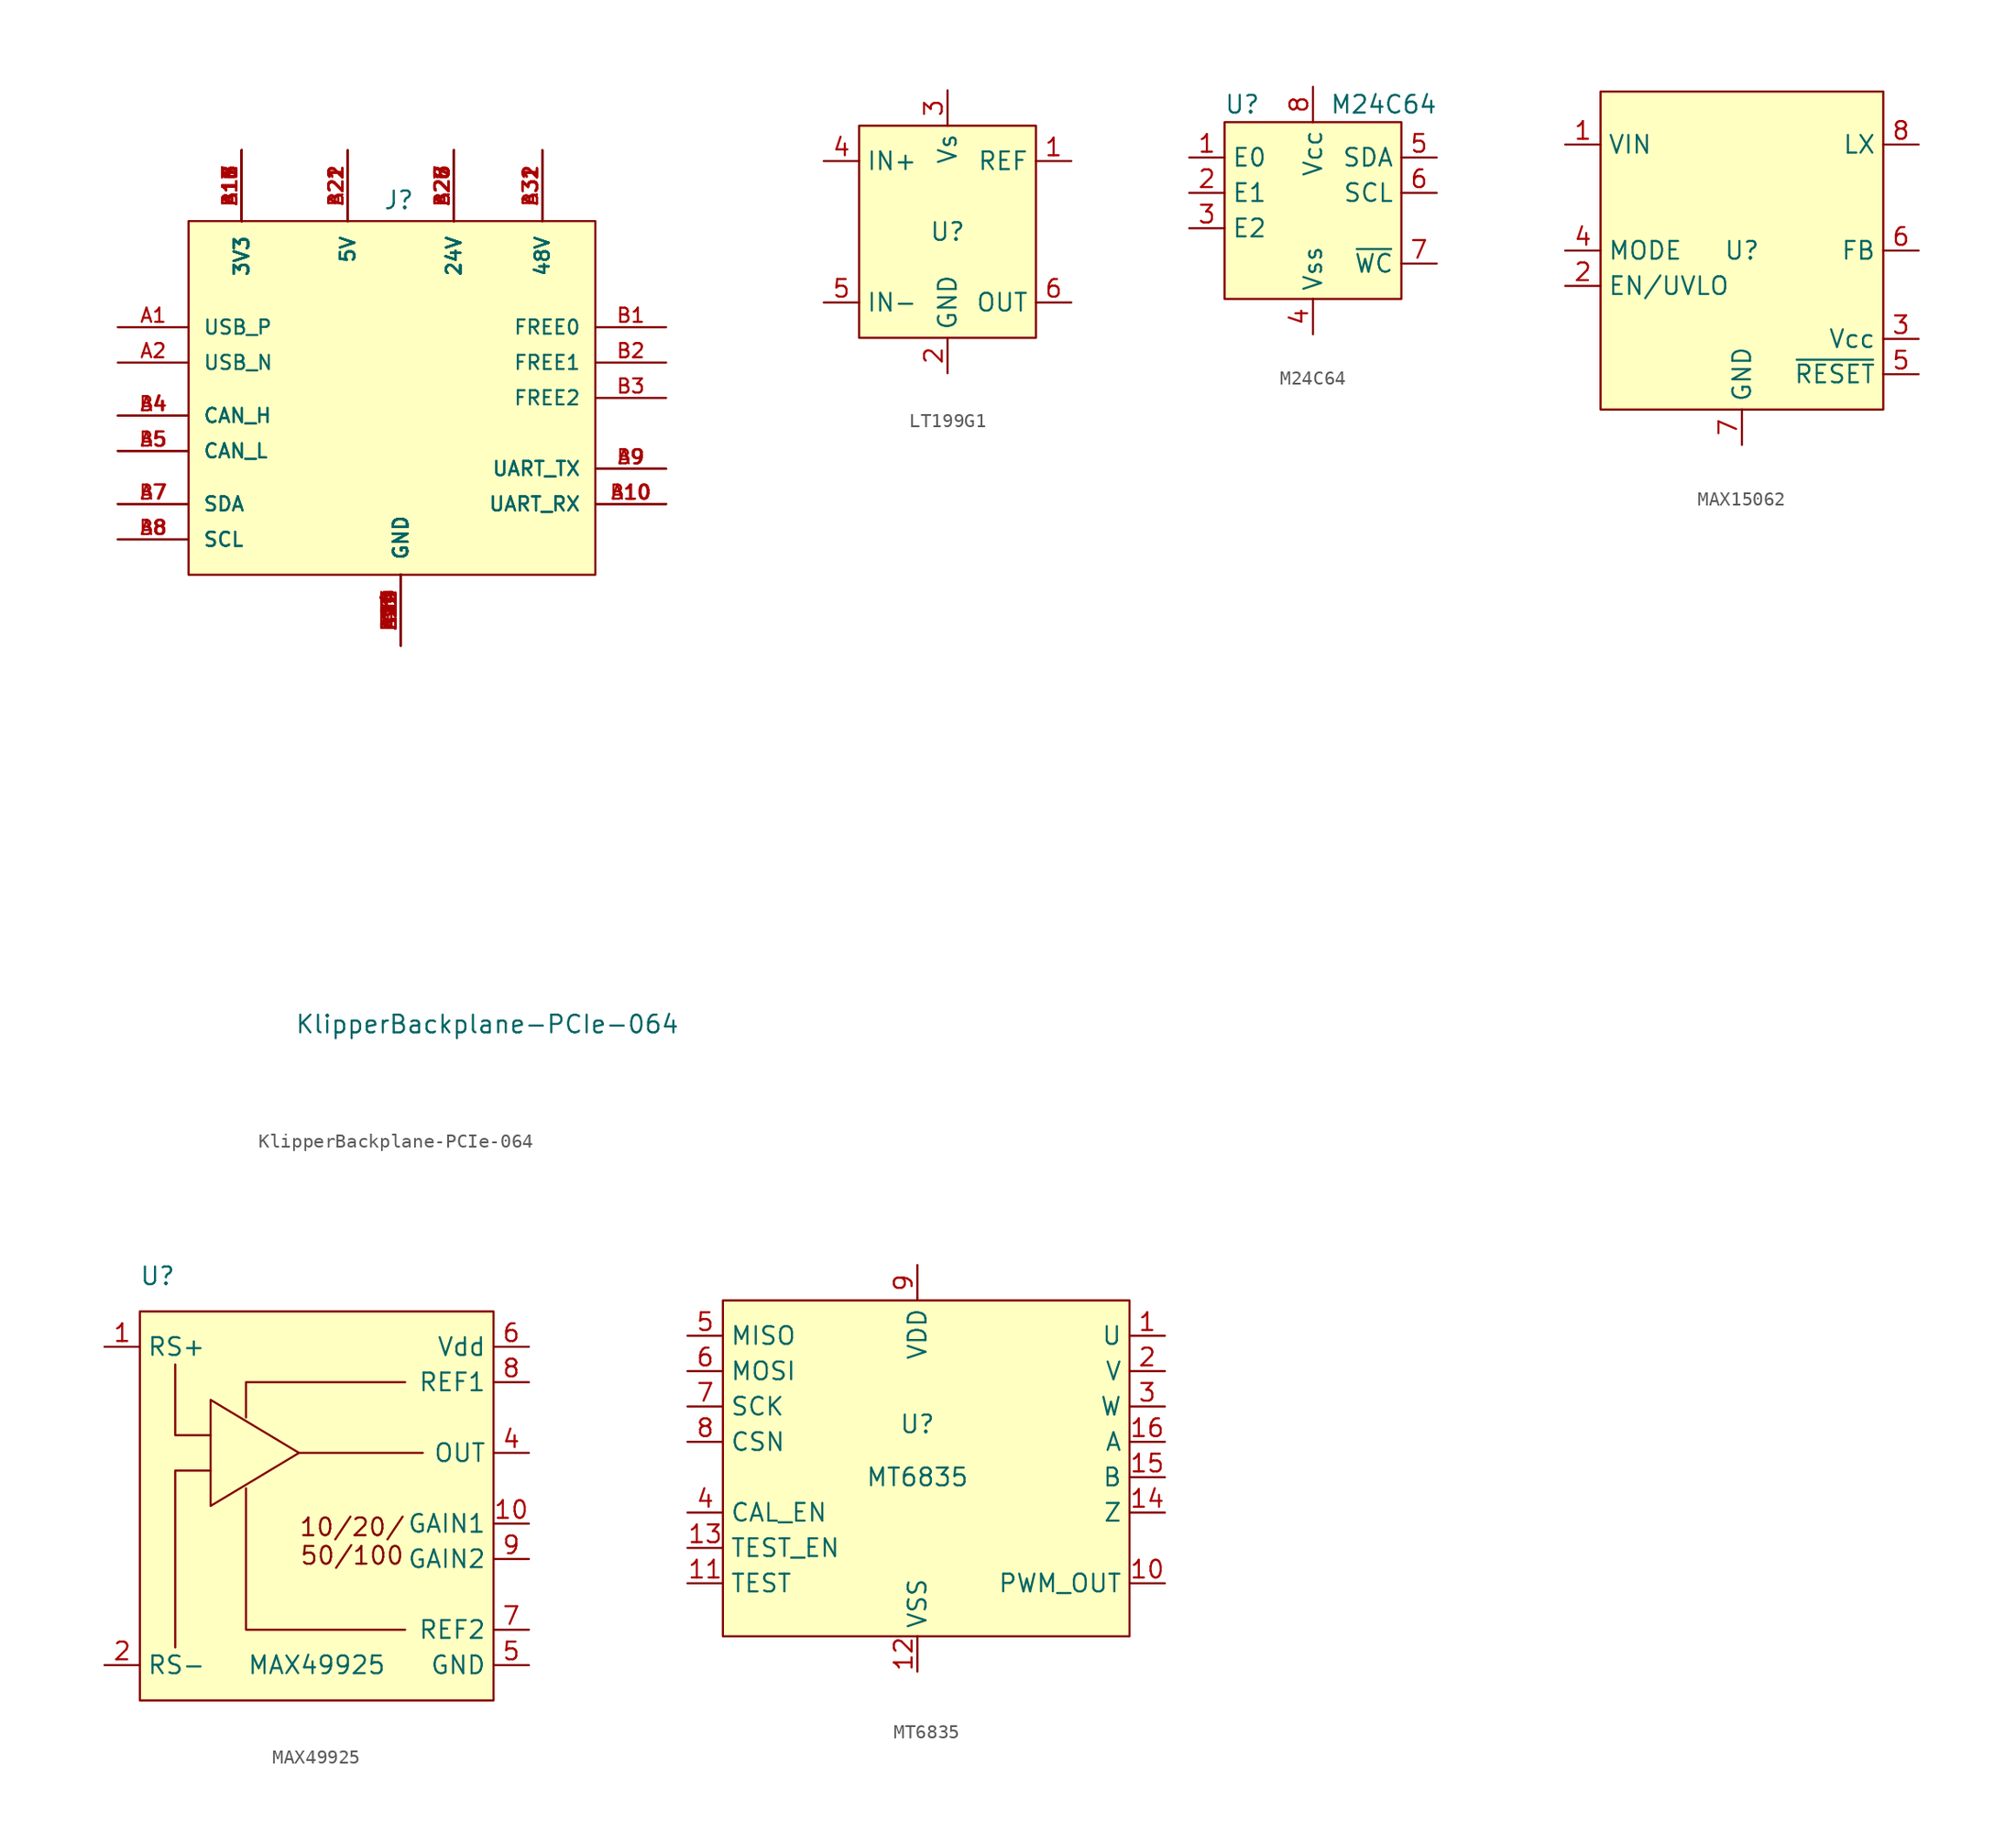
<source format=kicad_sym>
(kicad_symbol_lib
  (version 20231120)
  (generator "kicad_symbol_editor")
  (generator_version "8.0")
  (symbol "KlipperBackplane-PCIe-064"
    (pin_names
      (offset 1.016))
    (property "Reference" "J"
      (at -1.27 13.462 0)
      (effects (font (size 1.27 1.27)) (justify left bottom)))
    (property "Value" "KlipperBackplane-PCIe-064"
      (at -7.62 -45.72 0)
      (effects (font (size 1.27 1.27)) (justify left bottom)))
    (symbol "KlipperBackplane-PCIe-064_0_0"
      (rectangle (start -15.24 12.7) (end 13.97 -12.7) (stroke (width 0) (type default)) (fill (type background)))
      (pin passive line (at -20.32 5.08 0) (length 5.08) (name "USB_P" (effects (font (size 1.016 1.016)))) (number "A1" (effects (font (size 1.016 1.016)))))
      (pin passive line (at 19.05 -7.62 180) (length 5.08) (name "UART_RX" (effects (font (size 1.016 1.016)))) (number "A10" (effects (font (size 1.016 1.016)))))
      (pin passive line (at -11.43 17.78 270) (length 5.08) (name "3V3" (effects (font (size 1.016 1.016)))) (number "A11" (effects (font (size 1.016 1.016)))))
      (pin passive line (at 0 -17.78 90) (length 5.08) (name "GND" (effects (font (size 1.016 1.016)))) (number "A12" (effects (font (size 1.016 1.016)))))
      (pin passive line (at 0 -17.78 90) (length 5.08) (name "GND" (effects (font (size 1.016 1.016)))) (number "A13" (effects (font (size 1.016 1.016)))))
      (pin passive line (at 0 -17.78 90) (length 5.08) (name "GND" (effects (font (size 1.016 1.016)))) (number "A14" (effects (font (size 1.016 1.016)))))
      (pin passive line (at -11.43 17.78 270) (length 5.08) (name "3V3" (effects (font (size 1.016 1.016)))) (number "A15" (effects (font (size 1.016 1.016)))))
      (pin passive line (at -11.43 17.78 270) (length 5.08) (name "3V3" (effects (font (size 1.016 1.016)))) (number "A16" (effects (font (size 1.016 1.016)))))
      (pin passive line (at -11.43 17.78 270) (length 5.08) (name "3V3" (effects (font (size 1.016 1.016)))) (number "A17" (effects (font (size 1.016 1.016)))))
      (pin passive line (at -11.43 17.78 270) (length 5.08) (name "3V3" (effects (font (size 1.016 1.016)))) (number "A18" (effects (font (size 1.016 1.016)))))
      (pin passive line (at 0 -17.78 90) (length 5.08) (name "GND" (effects (font (size 1.016 1.016)))) (number "A19" (effects (font (size 1.016 1.016)))))
      (pin passive line (at -20.32 2.54 0) (length 5.08) (name "USB_N" (effects (font (size 1.016 1.016)))) (number "A2" (effects (font (size 1.016 1.016)))))
      (pin passive line (at 0 -17.78 90) (length 5.08) (name "GND" (effects (font (size 1.016 1.016)))) (number "A20" (effects (font (size 1.016 1.016)))))
      (pin passive line (at -3.81 17.78 270) (length 5.08) (name "5V" (effects (font (size 1.016 1.016)))) (number "A21" (effects (font (size 1.016 1.016)))))
      (pin passive line (at -3.81 17.78 270) (length 5.08) (name "5V" (effects (font (size 1.016 1.016)))) (number "A22" (effects (font (size 1.016 1.016)))))
      (pin passive line (at 0 -17.78 90) (length 5.08) (name "GND" (effects (font (size 1.016 1.016)))) (number "A23" (effects (font (size 1.016 1.016)))))
      (pin passive line (at 0 -17.78 90) (length 5.08) (name "GND" (effects (font (size 1.016 1.016)))) (number "A24" (effects (font (size 1.016 1.016)))))
      (pin passive line (at 3.81 17.78 270) (length 5.08) (name "24V" (effects (font (size 1.016 1.016)))) (number "A25" (effects (font (size 1.016 1.016)))))
      (pin passive line (at 3.81 17.78 270) (length 5.08) (name "24V" (effects (font (size 1.016 1.016)))) (number "A26" (effects (font (size 1.016 1.016)))))
      (pin passive line (at 3.81 17.78 270) (length 5.08) (name "24V" (effects (font (size 1.016 1.016)))) (number "A27" (effects (font (size 1.016 1.016)))))
      (pin passive line (at 3.81 17.78 270) (length 5.08) (name "24V" (effects (font (size 1.016 1.016)))) (number "A28" (effects (font (size 1.016 1.016)))))
      (pin passive line (at 0 -17.78 90) (length 5.08) (name "GND" (effects (font (size 1.016 1.016)))) (number "A29" (effects (font (size 1.016 1.016)))))
      (pin passive line (at 0 -17.78 90) (length 5.08) (name "GND" (effects (font (size 1.016 1.016)))) (number "A3" (effects (font (size 1.016 1.016)))))
      (pin passive line (at 0 -17.78 90) (length 5.08) (name "GND" (effects (font (size 1.016 1.016)))) (number "A30" (effects (font (size 1.016 1.016)))))
      (pin passive line (at 10.16 17.78 270) (length 5.08) (name "48V" (effects (font (size 1.016 1.016)))) (number "A31" (effects (font (size 1.016 1.016)))))
      (pin passive line (at 10.16 17.78 270) (length 5.08) (name "48V" (effects (font (size 1.016 1.016)))) (number "A32" (effects (font (size 1.016 1.016)))))
      (pin passive line (at -20.32 -1.27 0) (length 5.08) (name "CAN_H" (effects (font (size 1.016 1.016)))) (number "A4" (effects (font (size 1.016 1.016)))))
      (pin passive line (at -20.32 -3.81 0) (length 5.08) (name "CAN_L" (effects (font (size 1.016 1.016)))) (number "A5" (effects (font (size 1.016 1.016)))))
      (pin passive line (at 0 -17.78 90) (length 5.08) (name "GND" (effects (font (size 1.016 1.016)))) (number "A6" (effects (font (size 1.016 1.016)))))
      (pin passive line (at -20.32 -7.62 0) (length 5.08) (name "SDA" (effects (font (size 1.016 1.016)))) (number "A7" (effects (font (size 1.016 1.016)))))
      (pin passive line (at -20.32 -10.16 0) (length 5.08) (name "SCL" (effects (font (size 1.016 1.016)))) (number "A8" (effects (font (size 1.016 1.016)))))
      (pin passive line (at 19.05 -5.08 180) (length 5.08) (name "UART_TX" (effects (font (size 1.016 1.016)))) (number "A9" (effects (font (size 1.016 1.016)))))
      (pin passive line (at 19.05 5.08 180) (length 5.08) (name "FREE0" (effects (font (size 1.016 1.016)))) (number "B1" (effects (font (size 1.016 1.016)))))
      (pin passive line (at 19.05 -7.62 180) (length 5.08) (name "UART_RX" (effects (font (size 1.016 1.016)))) (number "B10" (effects (font (size 1.016 1.016)))))
      (pin passive line (at -11.43 17.78 270) (length 5.08) (name "3V3" (effects (font (size 1.016 1.016)))) (number "B11" (effects (font (size 1.016 1.016)))))
      (pin passive line (at 0 -17.78 90) (length 5.08) (name "GND" (effects (font (size 1.016 1.016)))) (number "B12" (effects (font (size 1.016 1.016)))))
      (pin passive line (at 0 -17.78 90) (length 5.08) (name "GND" (effects (font (size 1.016 1.016)))) (number "B13" (effects (font (size 1.016 1.016)))))
      (pin passive line (at 0 -17.78 90) (length 5.08) (name "GND" (effects (font (size 1.016 1.016)))) (number "B14" (effects (font (size 1.016 1.016)))))
      (pin passive line (at -11.43 17.78 270) (length 5.08) (name "3V3" (effects (font (size 1.016 1.016)))) (number "B15" (effects (font (size 1.016 1.016)))))
      (pin passive line (at -11.43 17.78 270) (length 5.08) (name "3V3" (effects (font (size 1.016 1.016)))) (number "B16" (effects (font (size 1.016 1.016)))))
      (pin passive line (at -11.43 17.78 270) (length 5.08) (name "3V3" (effects (font (size 1.016 1.016)))) (number "B17" (effects (font (size 1.016 1.016)))))
      (pin passive line (at -11.43 17.78 270) (length 5.08) (name "3V3" (effects (font (size 1.016 1.016)))) (number "B18" (effects (font (size 1.016 1.016)))))
      (pin passive line (at 0 -17.78 90) (length 5.08) (name "GND" (effects (font (size 1.016 1.016)))) (number "B19" (effects (font (size 1.016 1.016)))))
      (pin passive line (at 19.05 2.54 180) (length 5.08) (name "FREE1" (effects (font (size 1.016 1.016)))) (number "B2" (effects (font (size 1.016 1.016)))))
      (pin passive line (at 0 -17.78 90) (length 5.08) (name "GND" (effects (font (size 1.016 1.016)))) (number "B20" (effects (font (size 1.016 1.016)))))
      (pin passive line (at -3.81 17.78 270) (length 5.08) (name "5V" (effects (font (size 1.016 1.016)))) (number "B21" (effects (font (size 1.016 1.016)))))
      (pin passive line (at -3.81 17.78 270) (length 5.08) (name "5V" (effects (font (size 1.016 1.016)))) (number "B22" (effects (font (size 1.016 1.016)))))
      (pin passive line (at 0 -17.78 90) (length 5.08) (name "GND" (effects (font (size 1.016 1.016)))) (number "B23" (effects (font (size 1.016 1.016)))))
      (pin passive line (at 0 -17.78 90) (length 5.08) (name "GND" (effects (font (size 1.016 1.016)))) (number "B24" (effects (font (size 1.016 1.016)))))
      (pin passive line (at 3.81 17.78 270) (length 5.08) (name "24V" (effects (font (size 1.016 1.016)))) (number "B25" (effects (font (size 1.016 1.016)))))
      (pin passive line (at 3.81 17.78 270) (length 5.08) (name "24V" (effects (font (size 1.016 1.016)))) (number "B26" (effects (font (size 1.016 1.016)))))
      (pin passive line (at 3.81 17.78 270) (length 5.08) (name "24V" (effects (font (size 1.016 1.016)))) (number "B27" (effects (font (size 1.016 1.016)))))
      (pin passive line (at 3.81 17.78 270) (length 5.08) (name "24V" (effects (font (size 1.016 1.016)))) (number "B28" (effects (font (size 1.016 1.016)))))
      (pin passive line (at 0 -17.78 90) (length 5.08) (name "GND" (effects (font (size 1.016 1.016)))) (number "B29" (effects (font (size 1.016 1.016)))))
      (pin passive line (at 19.05 0 180) (length 5.08) (name "FREE2" (effects (font (size 1.016 1.016)))) (number "B3" (effects (font (size 1.016 1.016)))))
      (pin passive line (at 0 -17.78 90) (length 5.08) (name "GND" (effects (font (size 1.016 1.016)))) (number "B30" (effects (font (size 1.016 1.016)))))
      (pin passive line (at 10.16 17.78 270) (length 5.08) (name "48V" (effects (font (size 1.016 1.016)))) (number "B31" (effects (font (size 1.016 1.016)))))
      (pin passive line (at 10.16 17.78 270) (length 5.08) (name "48V" (effects (font (size 1.016 1.016)))) (number "B32" (effects (font (size 1.016 1.016)))))
      (pin passive line (at -20.32 -1.27 0) (length 5.08) (name "CAN_H" (effects (font (size 1.016 1.016)))) (number "B4" (effects (font (size 1.016 1.016)))))
      (pin passive line (at -20.32 -3.81 0) (length 5.08) (name "CAN_L" (effects (font (size 1.016 1.016)))) (number "B5" (effects (font (size 1.016 1.016)))))
      (pin passive line (at 0 -17.78 90) (length 5.08) (name "GND" (effects (font (size 1.016 1.016)))) (number "B6" (effects (font (size 1.016 1.016)))))
      (pin passive line (at -20.32 -7.62 0) (length 5.08) (name "SDA" (effects (font (size 1.016 1.016)))) (number "B7" (effects (font (size 1.016 1.016)))))
      (pin passive line (at -20.32 -10.16 0) (length 5.08) (name "SCL" (effects (font (size 1.016 1.016)))) (number "B8" (effects (font (size 1.016 1.016)))))
      (pin passive line (at 19.05 -5.08 180) (length 5.08) (name "UART_TX" (effects (font (size 1.016 1.016)))) (number "B9" (effects (font (size 1.016 1.016)))))))
  (symbol "LT199G1"
    (property "Reference" "U"
      (at 0 0 0)
      (effects (font (size 1.27 1.27))))
    (property "Value" ""
      (at 0 0 0)
      (effects (font (size 1.27 1.27))))
    (symbol "LT199G1_0_0"
      (pin unspecified line (at 8.89 5.08 180) (length 2.54) (name "REF" (effects (font (size 1.27 1.27)))) (number "1" (effects (font (size 1.27 1.27)))))
      (pin unspecified line (at 0 -10.16 90) (length 2.54) (name "GND" (effects (font (size 1.27 1.27)))) (number "2" (effects (font (size 1.27 1.27)))))
      (pin unspecified line (at 0 10.16 270) (length 2.54) (name "Vs" (effects (font (size 1.27 1.27)))) (number "3" (effects (font (size 1.27 1.27)))))
      (pin unspecified line (at -8.89 5.08 0) (length 2.54) (name "IN+" (effects (font (size 1.27 1.27)))) (number "4" (effects (font (size 1.27 1.27)))))
      (pin unspecified line (at -8.89 -5.08 0) (length 2.54) (name "IN-" (effects (font (size 1.27 1.27)))) (number "5" (effects (font (size 1.27 1.27)))))
      (pin unspecified line (at 8.89 -5.08 180) (length 2.54) (name "OUT" (effects (font (size 1.27 1.27)))) (number "6" (effects (font (size 1.27 1.27))))))
    (symbol "LT199G1_0_1"
      (rectangle (start -6.35 7.62) (end 6.35 -7.62) (stroke (width 0) (type default)) (fill (type background)))))
  (symbol "M24C64"
    (property "Reference" "U"
      (at -5.08 7.62 0)
      (effects (font (size 1.27 1.27))))
    (property "Value" "M24C64"
      (at 5.08 7.62 0)
      (effects (font (size 1.27 1.27))))
    (symbol "M24C64_0_0"
      (pin unspecified line (at -8.89 3.81 0) (length 2.54) (name "E0" (effects (font (size 1.27 1.27)))) (number "1" (effects (font (size 1.27 1.27)))))
      (pin unspecified line (at -8.89 1.27 0) (length 2.54) (name "E1" (effects (font (size 1.27 1.27)))) (number "2" (effects (font (size 1.27 1.27)))))
      (pin unspecified line (at -8.89 -1.27 0) (length 2.54) (name "E2" (effects (font (size 1.27 1.27)))) (number "3" (effects (font (size 1.27 1.27)))))
      (pin unspecified line (at 0 -8.89 90) (length 2.54) (name "Vss" (effects (font (size 1.27 1.27)))) (number "4" (effects (font (size 1.27 1.27)))))
      (pin unspecified line (at 8.89 3.81 180) (length 2.54) (name "SDA" (effects (font (size 1.27 1.27)))) (number "5" (effects (font (size 1.27 1.27)))))
      (pin unspecified line (at 8.89 1.27 180) (length 2.54) (name "SCL" (effects (font (size 1.27 1.27)))) (number "6" (effects (font (size 1.27 1.27)))))
      (pin unspecified line (at 8.89 -3.81 180) (length 2.54) (name "~{WC}" (effects (font (size 1.27 1.27)))) (number "7" (effects (font (size 1.27 1.27)))))
      (pin unspecified line (at 0 8.89 270) (length 2.54) (name "Vcc" (effects (font (size 1.27 1.27)))) (number "8" (effects (font (size 1.27 1.27))))))
    (symbol "M24C64_0_1"
      (rectangle (start -6.35 6.35) (end 6.35 -6.35) (stroke (width 0.152) (type default)) (fill (type background)))))
  (symbol "MAX15062"
    (property "Reference" "U"
      (at 0 0 0)
      (effects (font (size 1.27 1.27))))
    (property "Value" ""
      (at 0 0 0)
      (effects (font (size 1.27 1.27))))
    (symbol "MAX15062_0_0"
      (pin power_in line (at -12.7 7.62 0) (length 2.54) (name "VIN" (effects (font (size 1.27 1.27)))) (number "1" (effects (font (size 1.27 1.27)))))
      (pin input line (at -12.7 -2.54 0) (length 2.54) (name "EN/UVLO" (effects (font (size 1.27 1.27)))) (number "2" (effects (font (size 1.27 1.27)))))
      (pin input line (at 12.7 -6.35 180) (length 2.54) (name "Vcc" (effects (font (size 1.27 1.27)))) (number "3" (effects (font (size 1.27 1.27)))))
      (pin input line (at -12.7 0 0) (length 2.54) (name "MODE" (effects (font (size 1.27 1.27)))) (number "4" (effects (font (size 1.27 1.27)))))
      (pin input line (at 12.7 -8.89 180) (length 2.54) (name "~{RESET}" (effects (font (size 1.27 1.27)))) (number "5" (effects (font (size 1.27 1.27)))))
      (pin input line (at 12.7 0 180) (length 2.54) (name "FB" (effects (font (size 1.27 1.27)))) (number "6" (effects (font (size 1.27 1.27)))))
      (pin power_out line (at 0 -13.97 90) (length 2.54) (name "GND" (effects (font (size 1.27 1.27)))) (number "7" (effects (font (size 1.27 1.27)))))
      (pin power_out line (at 12.7 7.62 180) (length 2.54) (name "LX" (effects (font (size 1.27 1.27)))) (number "8" (effects (font (size 1.27 1.27))))))
    (symbol "MAX15062_1_1"
      (rectangle (start -10.16 11.43) (end 10.16 -11.43) (stroke (width 0) (type default)) (fill (type background)))))
  (symbol "MAX49925"
    (property "Reference" "U"
      (at -11.43 15.24 0)
      (effects (font (size 1.27 1.27))))
    (property "Value" "MAX49925"
      (at 0 -12.7 0)
      (effects (font (size 1.27 1.27))))
    (symbol "MAX49925_0_0"
      (pin input line (at -15.24 10.16 0) (length 2.54) (name "RS+" (effects (font (size 1.27 1.27)))) (number "1" (effects (font (size 1.27 1.27)))))
      (pin input line (at 15.24 -2.54 180) (length 2.54) (name "GAIN1" (effects (font (size 1.27 1.27)))) (number "10" (effects (font (size 1.27 1.27)))))
      (pin input line (at -15.24 -12.7 0) (length 2.54) (name "RS-" (effects (font (size 1.27 1.27)))) (number "2" (effects (font (size 1.27 1.27)))))
      (pin output line (at 15.24 2.54 180) (length 2.54) (name "OUT" (effects (font (size 1.27 1.27)))) (number "4" (effects (font (size 1.27 1.27)))))
      (pin power_in line (at 15.24 -12.7 180) (length 2.54) (name "GND" (effects (font (size 1.27 1.27)))) (number "5" (effects (font (size 1.27 1.27)))))
      (pin power_in line (at 15.24 10.16 180) (length 2.54) (name "Vdd" (effects (font (size 1.27 1.27)))) (number "6" (effects (font (size 1.27 1.27)))))
      (pin input line (at 15.24 -10.16 180) (length 2.54) (name "REF2" (effects (font (size 1.27 1.27)))) (number "7" (effects (font (size 1.27 1.27)))))
      (pin input line (at 15.24 7.62 180) (length 2.54) (name "REF1" (effects (font (size 1.27 1.27)))) (number "8" (effects (font (size 1.27 1.27)))))
      (pin input line (at 15.24 -5.08 180) (length 2.54) (name "GAIN2" (effects (font (size 1.27 1.27)))) (number "9" (effects (font (size 1.27 1.27))))))
    (symbol "MAX49925_1_0"
      (pin passive line (at 15.24 -12.7 180) (length 2.54) hide (name "EP" (effects (font (size 1.27 1.27)))) (number "11" (effects (font (size 1.27 1.27)))))
      (pin no_connect line (at -15.24 2.54 0) (length 2.54) hide (name "NC" (effects (font (size 1.27 1.27)))) (number "3" (effects (font (size 1.27 1.27))))))
    (symbol "MAX49925_1_1"
      (rectangle (start -12.7 12.7) (end 12.7 -15.24) (stroke (width 0) (type default)) (fill (type background)))
      (polyline (pts (xy -1.27 2.54) (xy 7.62 2.54)) (stroke (width 0) (type default)) (fill (type none)))
      (polyline (pts (xy -7.62 1.27) (xy -10.16 1.27) (xy -10.16 -11.43)) (stroke (width 0) (type default)) (fill (type none)))
      (polyline (pts (xy -7.62 3.81) (xy -10.16 3.81) (xy -10.16 8.89)) (stroke (width 0) (type default)) (fill (type none)))
      (polyline (pts (xy -5.08 0) (xy -5.08 -10.16) (xy 6.35 -10.16)) (stroke (width 0) (type default)) (fill (type none)))
      (polyline (pts (xy -5.08 5.08) (xy -5.08 7.62) (xy 6.35 7.62)) (stroke (width 0) (type default)) (fill (type none)))
      (polyline (pts (xy -7.62 6.35) (xy -7.62 -1.27) (xy -1.27 2.54) (xy -7.62 6.35)) (stroke (width 0) (type default)) (fill (type none)))
      (text "10/20/\n50/100" (at 2.54 -3.81 0) (effects (font (size 1.27 1.27))))))
  (symbol "MT6835"
    (property "Reference" "U"
      (at 0 6.35 0)
      (effects (font (size 1.27 1.27))))
    (property "Value" "MT6835"
      (at 0 2.54 0)
      (effects (font (size 1.27 1.27))))
    (symbol "MT6835_0_0"
      (pin output line (at 17.78 12.7 180) (length 2.54) (name "U" (effects (font (size 1.27 1.27)))) (number "1" (effects (font (size 1.27 1.27)))))
      (pin output line (at 17.78 -5.08 180) (length 2.54) (name "PWM_OUT" (effects (font (size 1.27 1.27)))) (number "10" (effects (font (size 1.27 1.27)))))
      (pin output line (at 17.78 0 180) (length 2.54) (name "Z" (effects (font (size 1.27 1.27)))) (number "14" (effects (font (size 1.27 1.27)))))
      (pin output line (at 17.78 2.54 180) (length 2.54) (name "B" (effects (font (size 1.27 1.27)))) (number "15" (effects (font (size 1.27 1.27)))))
      (pin output line (at 17.78 5.08 180) (length 2.54) (name "A" (effects (font (size 1.27 1.27)))) (number "16" (effects (font (size 1.27 1.27)))))
      (pin output line (at 17.78 10.16 180) (length 2.54) (name "V" (effects (font (size 1.27 1.27)))) (number "2" (effects (font (size 1.27 1.27)))))
      (pin output line (at 17.78 7.62 180) (length 2.54) (name "W" (effects (font (size 1.27 1.27)))) (number "3" (effects (font (size 1.27 1.27)))))
      (pin input line (at -16.51 0 0) (length 2.54) (name "CAL_EN" (effects (font (size 1.27 1.27)))) (number "4" (effects (font (size 1.27 1.27)))))
      (pin output line (at -16.51 12.7 0) (length 2.54) (name "MISO" (effects (font (size 1.27 1.27)))) (number "5" (effects (font (size 1.27 1.27)))))
      (pin input line (at -16.51 10.16 0) (length 2.54) (name "MOSI" (effects (font (size 1.27 1.27)))) (number "6" (effects (font (size 1.27 1.27)))))
      (pin input line (at -16.51 7.62 0) (length 2.54) (name "SCK" (effects (font (size 1.27 1.27)))) (number "7" (effects (font (size 1.27 1.27)))))
      (pin input line (at -16.51 5.08 0) (length 2.54) (name "CSN" (effects (font (size 1.27 1.27)))) (number "8" (effects (font (size 1.27 1.27))))))
    (symbol "MT6835_0_1"
      (rectangle (start -13.97 15.24) (end 15.24 -8.89) (stroke (width 0.152) (type default)) (fill (type background))))
    (symbol "MT6835_1_0"
      (pin input line (at -16.51 -5.08 0) (length 2.54) (name "TEST" (effects (font (size 1.27 1.27)))) (number "11" (effects (font (size 1.27 1.27)))))
      (pin power_in line (at 0 -11.43 90) (length 2.54) (name "VSS" (effects (font (size 1.27 1.27)))) (number "12" (effects (font (size 1.27 1.27)))))
      (pin input line (at -16.51 -2.54 0) (length 2.54) (name "TEST_EN" (effects (font (size 1.27 1.27)))) (number "13" (effects (font (size 1.27 1.27)))))
      (pin power_in line (at 0 17.78 270) (length 2.54) (name "VDD" (effects (font (size 1.27 1.27)))) (number "9" (effects (font (size 1.27 1.27))))))))
</source>
